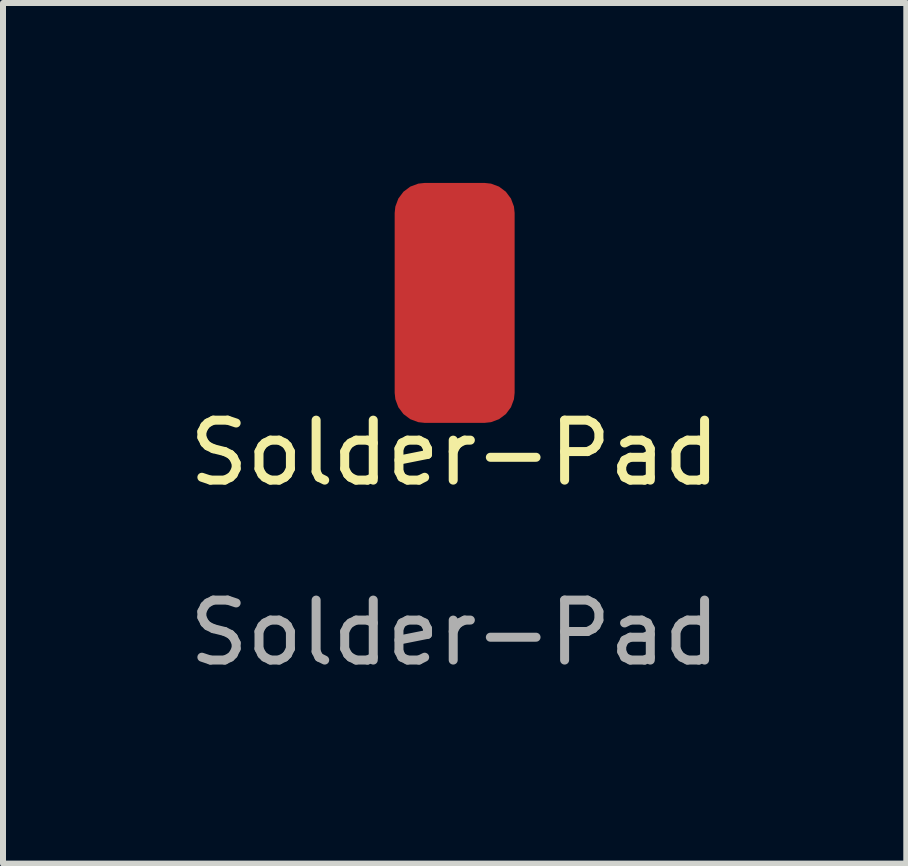
<source format=kicad_pcb>
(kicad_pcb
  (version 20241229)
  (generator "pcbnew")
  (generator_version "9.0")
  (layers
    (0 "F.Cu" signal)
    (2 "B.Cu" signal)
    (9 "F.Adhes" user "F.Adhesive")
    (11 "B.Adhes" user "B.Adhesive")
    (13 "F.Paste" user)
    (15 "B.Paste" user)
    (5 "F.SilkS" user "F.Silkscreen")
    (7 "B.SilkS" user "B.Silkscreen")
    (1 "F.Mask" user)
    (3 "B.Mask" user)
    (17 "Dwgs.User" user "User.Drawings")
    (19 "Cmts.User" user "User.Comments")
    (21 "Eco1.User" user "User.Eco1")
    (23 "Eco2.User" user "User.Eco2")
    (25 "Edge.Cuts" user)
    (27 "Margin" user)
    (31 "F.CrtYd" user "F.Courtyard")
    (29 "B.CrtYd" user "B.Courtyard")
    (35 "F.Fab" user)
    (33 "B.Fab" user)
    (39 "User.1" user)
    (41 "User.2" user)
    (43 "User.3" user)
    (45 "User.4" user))
  (footprint "Solder-Pad"
    (layer "F.Cu")
    (at 4.53 2)
    (property "Reference" "Solder-Pad" (at 0 2.5 0) (unlocked yes) (layer "F.SilkS") (effects (font (size 1 1) (thickness 0.15))))
    (attr smd)
    (fp_text user "${REFERENCE}" (at 0 5.5 0) (unlocked yes) (layer "F.Fab") (effects (font (size 1 1) (thickness 0.15))))
    (pad "1" smd roundrect (at 0 0) (size 2 4) (layers "F.Cu" "F.Mask" "F.Paste") (roundrect_rratio 0.25)))
  (gr_rect
    (start -3 -3)
    (end 12.06 11.348)
    (stroke (width 0.1) (type default))
    (fill no)
    (layer "Edge.Cuts")))
</source>
